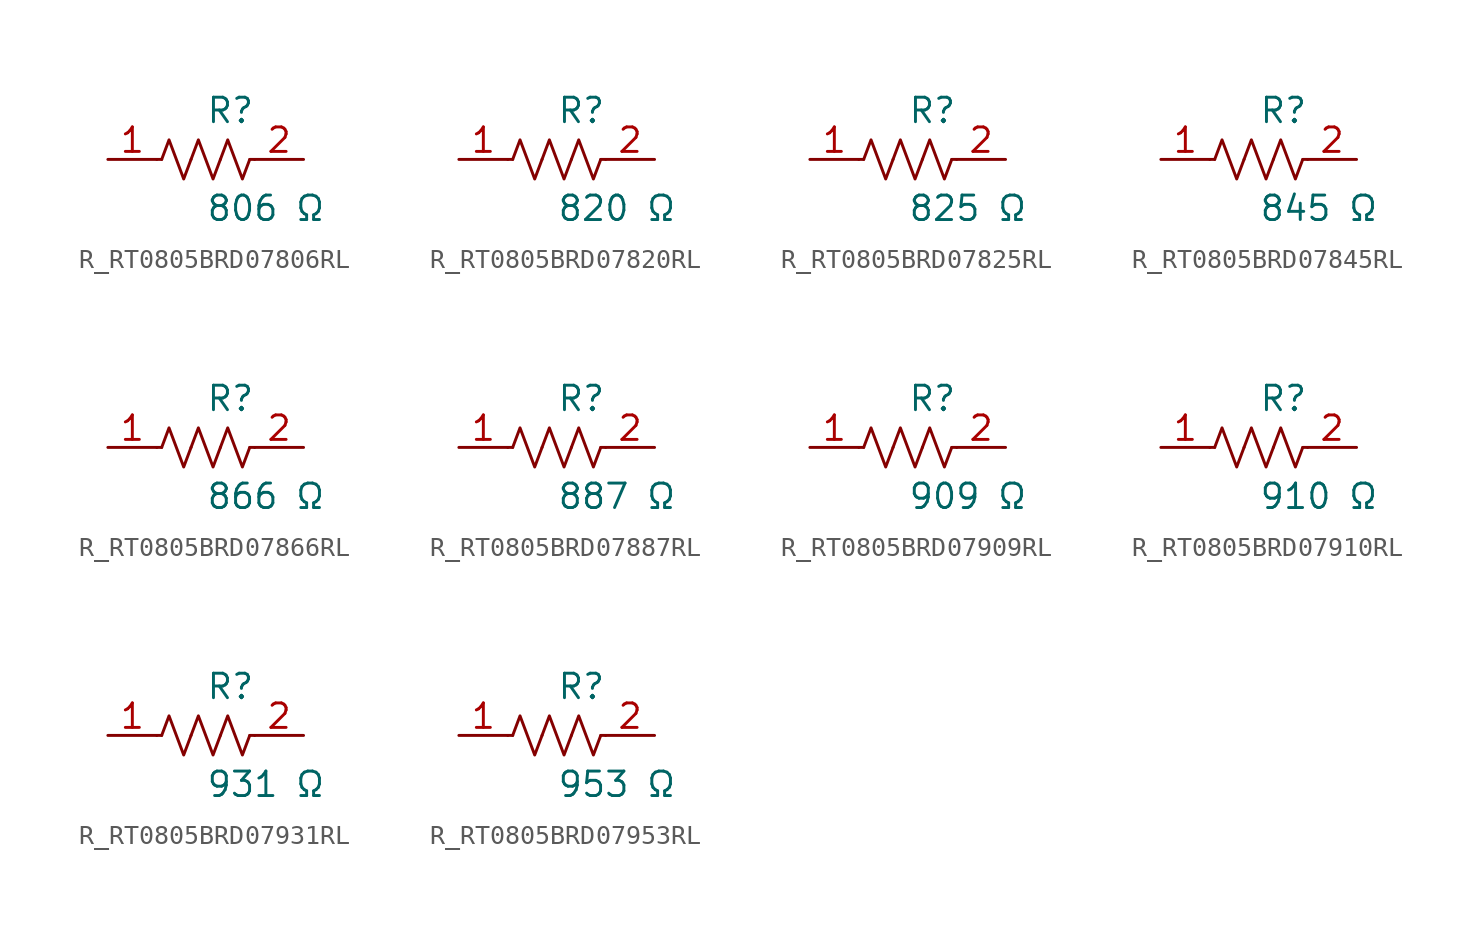
<source format=kicad_sym>
(kicad_symbol_lib
  (version 20231120)
  (generator kicad_symbol_editor)
  (generator_version 8.0)
  (symbol "R_RT0805BRD07806RL"
    (pin_names
      (offset 0.254))
    (property "Reference" "R"
      (at 0.0 2.54 0)
      (effects (font (size 1.27 1.27)) (justify left)))
    (property "Value" "806 Ω"
      (at 0.0 -2.54 0)
      (effects (font (size 1.27 1.27)) (justify left)))
    (symbol "R_RT0805BRD07806RL_0_1"
      (polyline (pts (xy 2.286 0) (xy 2.54 0)) (stroke (width 0) (type default)) (fill (type none)))
      (polyline (pts (xy -2.286 0) (xy -2.54 0)) (stroke (width 0) (type default)) (fill (type none)))
      (polyline (pts (xy 0.762 0) (xy 1.143 1.016) (xy 1.524 0) (xy 1.905 -1.016) (xy 2.286 0)) (stroke (width 0) (type default)) (fill (type none)))
      (polyline (pts (xy -0.762 0) (xy -0.381 1.016) (xy 0 0) (xy 0.381 -1.016) (xy 0.762 0)) (stroke (width 0) (type default)) (fill (type none)))
      (polyline (pts (xy -2.286 0) (xy -1.905 1.016) (xy -1.524 0) (xy -1.143 -1.016) (xy -0.762 0)) (stroke (width 0) (type default)) (fill (type none))))
    (pin unspecified line
      (at -5.08 0 0)
      (length 2.54)
      (name "" (effects (font (size 1.27 1.27))))
      (number "1" (effects (font (size 1.27 1.27)))))
    (pin unspecified line
      (at 5.08 0 180)
      (length 2.54)
      (name "" (effects (font (size 1.27 1.27))))
      (number "2" (effects (font (size 1.27 1.27))))))
  (symbol "R_RT0805BRD07820RL"
    (pin_names
      (offset 0.254))
    (property "Reference" "R"
      (at 0.0 2.54 0)
      (effects (font (size 1.27 1.27)) (justify left)))
    (property "Value" "820 Ω"
      (at 0.0 -2.54 0)
      (effects (font (size 1.27 1.27)) (justify left)))
    (symbol "R_RT0805BRD07820RL_0_1"
      (polyline (pts (xy 2.286 0) (xy 2.54 0)) (stroke (width 0) (type default)) (fill (type none)))
      (polyline (pts (xy -2.286 0) (xy -2.54 0)) (stroke (width 0) (type default)) (fill (type none)))
      (polyline (pts (xy 0.762 0) (xy 1.143 1.016) (xy 1.524 0) (xy 1.905 -1.016) (xy 2.286 0)) (stroke (width 0) (type default)) (fill (type none)))
      (polyline (pts (xy -0.762 0) (xy -0.381 1.016) (xy 0 0) (xy 0.381 -1.016) (xy 0.762 0)) (stroke (width 0) (type default)) (fill (type none)))
      (polyline (pts (xy -2.286 0) (xy -1.905 1.016) (xy -1.524 0) (xy -1.143 -1.016) (xy -0.762 0)) (stroke (width 0) (type default)) (fill (type none))))
    (pin unspecified line
      (at -5.08 0 0)
      (length 2.54)
      (name "" (effects (font (size 1.27 1.27))))
      (number "1" (effects (font (size 1.27 1.27)))))
    (pin unspecified line
      (at 5.08 0 180)
      (length 2.54)
      (name "" (effects (font (size 1.27 1.27))))
      (number "2" (effects (font (size 1.27 1.27))))))
  (symbol "R_RT0805BRD07825RL"
    (pin_names
      (offset 0.254))
    (property "Reference" "R"
      (at 0.0 2.54 0)
      (effects (font (size 1.27 1.27)) (justify left)))
    (property "Value" "825 Ω"
      (at 0.0 -2.54 0)
      (effects (font (size 1.27 1.27)) (justify left)))
    (symbol "R_RT0805BRD07825RL_0_1"
      (polyline (pts (xy 2.286 0) (xy 2.54 0)) (stroke (width 0) (type default)) (fill (type none)))
      (polyline (pts (xy -2.286 0) (xy -2.54 0)) (stroke (width 0) (type default)) (fill (type none)))
      (polyline (pts (xy 0.762 0) (xy 1.143 1.016) (xy 1.524 0) (xy 1.905 -1.016) (xy 2.286 0)) (stroke (width 0) (type default)) (fill (type none)))
      (polyline (pts (xy -0.762 0) (xy -0.381 1.016) (xy 0 0) (xy 0.381 -1.016) (xy 0.762 0)) (stroke (width 0) (type default)) (fill (type none)))
      (polyline (pts (xy -2.286 0) (xy -1.905 1.016) (xy -1.524 0) (xy -1.143 -1.016) (xy -0.762 0)) (stroke (width 0) (type default)) (fill (type none))))
    (pin unspecified line
      (at -5.08 0 0)
      (length 2.54)
      (name "" (effects (font (size 1.27 1.27))))
      (number "1" (effects (font (size 1.27 1.27)))))
    (pin unspecified line
      (at 5.08 0 180)
      (length 2.54)
      (name "" (effects (font (size 1.27 1.27))))
      (number "2" (effects (font (size 1.27 1.27))))))
  (symbol "R_RT0805BRD07845RL"
    (pin_names
      (offset 0.254))
    (property "Reference" "R"
      (at 0.0 2.54 0)
      (effects (font (size 1.27 1.27)) (justify left)))
    (property "Value" "845 Ω"
      (at 0.0 -2.54 0)
      (effects (font (size 1.27 1.27)) (justify left)))
    (symbol "R_RT0805BRD07845RL_0_1"
      (polyline (pts (xy 2.286 0) (xy 2.54 0)) (stroke (width 0) (type default)) (fill (type none)))
      (polyline (pts (xy -2.286 0) (xy -2.54 0)) (stroke (width 0) (type default)) (fill (type none)))
      (polyline (pts (xy 0.762 0) (xy 1.143 1.016) (xy 1.524 0) (xy 1.905 -1.016) (xy 2.286 0)) (stroke (width 0) (type default)) (fill (type none)))
      (polyline (pts (xy -0.762 0) (xy -0.381 1.016) (xy 0 0) (xy 0.381 -1.016) (xy 0.762 0)) (stroke (width 0) (type default)) (fill (type none)))
      (polyline (pts (xy -2.286 0) (xy -1.905 1.016) (xy -1.524 0) (xy -1.143 -1.016) (xy -0.762 0)) (stroke (width 0) (type default)) (fill (type none))))
    (pin unspecified line
      (at -5.08 0 0)
      (length 2.54)
      (name "" (effects (font (size 1.27 1.27))))
      (number "1" (effects (font (size 1.27 1.27)))))
    (pin unspecified line
      (at 5.08 0 180)
      (length 2.54)
      (name "" (effects (font (size 1.27 1.27))))
      (number "2" (effects (font (size 1.27 1.27))))))
  (symbol "R_RT0805BRD07866RL"
    (pin_names
      (offset 0.254))
    (property "Reference" "R"
      (at 0.0 2.54 0)
      (effects (font (size 1.27 1.27)) (justify left)))
    (property "Value" "866 Ω"
      (at 0.0 -2.54 0)
      (effects (font (size 1.27 1.27)) (justify left)))
    (symbol "R_RT0805BRD07866RL_0_1"
      (polyline (pts (xy 2.286 0) (xy 2.54 0)) (stroke (width 0) (type default)) (fill (type none)))
      (polyline (pts (xy -2.286 0) (xy -2.54 0)) (stroke (width 0) (type default)) (fill (type none)))
      (polyline (pts (xy 0.762 0) (xy 1.143 1.016) (xy 1.524 0) (xy 1.905 -1.016) (xy 2.286 0)) (stroke (width 0) (type default)) (fill (type none)))
      (polyline (pts (xy -0.762 0) (xy -0.381 1.016) (xy 0 0) (xy 0.381 -1.016) (xy 0.762 0)) (stroke (width 0) (type default)) (fill (type none)))
      (polyline (pts (xy -2.286 0) (xy -1.905 1.016) (xy -1.524 0) (xy -1.143 -1.016) (xy -0.762 0)) (stroke (width 0) (type default)) (fill (type none))))
    (pin unspecified line
      (at -5.08 0 0)
      (length 2.54)
      (name "" (effects (font (size 1.27 1.27))))
      (number "1" (effects (font (size 1.27 1.27)))))
    (pin unspecified line
      (at 5.08 0 180)
      (length 2.54)
      (name "" (effects (font (size 1.27 1.27))))
      (number "2" (effects (font (size 1.27 1.27))))))
  (symbol "R_RT0805BRD07887RL"
    (pin_names
      (offset 0.254))
    (property "Reference" "R"
      (at 0.0 2.54 0)
      (effects (font (size 1.27 1.27)) (justify left)))
    (property "Value" "887 Ω"
      (at 0.0 -2.54 0)
      (effects (font (size 1.27 1.27)) (justify left)))
    (symbol "R_RT0805BRD07887RL_0_1"
      (polyline (pts (xy 2.286 0) (xy 2.54 0)) (stroke (width 0) (type default)) (fill (type none)))
      (polyline (pts (xy -2.286 0) (xy -2.54 0)) (stroke (width 0) (type default)) (fill (type none)))
      (polyline (pts (xy 0.762 0) (xy 1.143 1.016) (xy 1.524 0) (xy 1.905 -1.016) (xy 2.286 0)) (stroke (width 0) (type default)) (fill (type none)))
      (polyline (pts (xy -0.762 0) (xy -0.381 1.016) (xy 0 0) (xy 0.381 -1.016) (xy 0.762 0)) (stroke (width 0) (type default)) (fill (type none)))
      (polyline (pts (xy -2.286 0) (xy -1.905 1.016) (xy -1.524 0) (xy -1.143 -1.016) (xy -0.762 0)) (stroke (width 0) (type default)) (fill (type none))))
    (pin unspecified line
      (at -5.08 0 0)
      (length 2.54)
      (name "" (effects (font (size 1.27 1.27))))
      (number "1" (effects (font (size 1.27 1.27)))))
    (pin unspecified line
      (at 5.08 0 180)
      (length 2.54)
      (name "" (effects (font (size 1.27 1.27))))
      (number "2" (effects (font (size 1.27 1.27))))))
  (symbol "R_RT0805BRD07909RL"
    (pin_names
      (offset 0.254))
    (property "Reference" "R"
      (at 0.0 2.54 0)
      (effects (font (size 1.27 1.27)) (justify left)))
    (property "Value" "909 Ω"
      (at 0.0 -2.54 0)
      (effects (font (size 1.27 1.27)) (justify left)))
    (symbol "R_RT0805BRD07909RL_0_1"
      (polyline (pts (xy 2.286 0) (xy 2.54 0)) (stroke (width 0) (type default)) (fill (type none)))
      (polyline (pts (xy -2.286 0) (xy -2.54 0)) (stroke (width 0) (type default)) (fill (type none)))
      (polyline (pts (xy 0.762 0) (xy 1.143 1.016) (xy 1.524 0) (xy 1.905 -1.016) (xy 2.286 0)) (stroke (width 0) (type default)) (fill (type none)))
      (polyline (pts (xy -0.762 0) (xy -0.381 1.016) (xy 0 0) (xy 0.381 -1.016) (xy 0.762 0)) (stroke (width 0) (type default)) (fill (type none)))
      (polyline (pts (xy -2.286 0) (xy -1.905 1.016) (xy -1.524 0) (xy -1.143 -1.016) (xy -0.762 0)) (stroke (width 0) (type default)) (fill (type none))))
    (pin unspecified line
      (at -5.08 0 0)
      (length 2.54)
      (name "" (effects (font (size 1.27 1.27))))
      (number "1" (effects (font (size 1.27 1.27)))))
    (pin unspecified line
      (at 5.08 0 180)
      (length 2.54)
      (name "" (effects (font (size 1.27 1.27))))
      (number "2" (effects (font (size 1.27 1.27))))))
  (symbol "R_RT0805BRD07910RL"
    (pin_names
      (offset 0.254))
    (property "Reference" "R"
      (at 0.0 2.54 0)
      (effects (font (size 1.27 1.27)) (justify left)))
    (property "Value" "910 Ω"
      (at 0.0 -2.54 0)
      (effects (font (size 1.27 1.27)) (justify left)))
    (symbol "R_RT0805BRD07910RL_0_1"
      (polyline (pts (xy 2.286 0) (xy 2.54 0)) (stroke (width 0) (type default)) (fill (type none)))
      (polyline (pts (xy -2.286 0) (xy -2.54 0)) (stroke (width 0) (type default)) (fill (type none)))
      (polyline (pts (xy 0.762 0) (xy 1.143 1.016) (xy 1.524 0) (xy 1.905 -1.016) (xy 2.286 0)) (stroke (width 0) (type default)) (fill (type none)))
      (polyline (pts (xy -0.762 0) (xy -0.381 1.016) (xy 0 0) (xy 0.381 -1.016) (xy 0.762 0)) (stroke (width 0) (type default)) (fill (type none)))
      (polyline (pts (xy -2.286 0) (xy -1.905 1.016) (xy -1.524 0) (xy -1.143 -1.016) (xy -0.762 0)) (stroke (width 0) (type default)) (fill (type none))))
    (pin unspecified line
      (at -5.08 0 0)
      (length 2.54)
      (name "" (effects (font (size 1.27 1.27))))
      (number "1" (effects (font (size 1.27 1.27)))))
    (pin unspecified line
      (at 5.08 0 180)
      (length 2.54)
      (name "" (effects (font (size 1.27 1.27))))
      (number "2" (effects (font (size 1.27 1.27))))))
  (symbol "R_RT0805BRD07931RL"
    (pin_names
      (offset 0.254))
    (property "Reference" "R"
      (at 0.0 2.54 0)
      (effects (font (size 1.27 1.27)) (justify left)))
    (property "Value" "931 Ω"
      (at 0.0 -2.54 0)
      (effects (font (size 1.27 1.27)) (justify left)))
    (symbol "R_RT0805BRD07931RL_0_1"
      (polyline (pts (xy 2.286 0) (xy 2.54 0)) (stroke (width 0) (type default)) (fill (type none)))
      (polyline (pts (xy -2.286 0) (xy -2.54 0)) (stroke (width 0) (type default)) (fill (type none)))
      (polyline (pts (xy 0.762 0) (xy 1.143 1.016) (xy 1.524 0) (xy 1.905 -1.016) (xy 2.286 0)) (stroke (width 0) (type default)) (fill (type none)))
      (polyline (pts (xy -0.762 0) (xy -0.381 1.016) (xy 0 0) (xy 0.381 -1.016) (xy 0.762 0)) (stroke (width 0) (type default)) (fill (type none)))
      (polyline (pts (xy -2.286 0) (xy -1.905 1.016) (xy -1.524 0) (xy -1.143 -1.016) (xy -0.762 0)) (stroke (width 0) (type default)) (fill (type none))))
    (pin unspecified line
      (at -5.08 0 0)
      (length 2.54)
      (name "" (effects (font (size 1.27 1.27))))
      (number "1" (effects (font (size 1.27 1.27)))))
    (pin unspecified line
      (at 5.08 0 180)
      (length 2.54)
      (name "" (effects (font (size 1.27 1.27))))
      (number "2" (effects (font (size 1.27 1.27))))))
  (symbol "R_RT0805BRD07953RL"
    (pin_names
      (offset 0.254))
    (property "Reference" "R"
      (at 0.0 2.54 0)
      (effects (font (size 1.27 1.27)) (justify left)))
    (property "Value" "953 Ω"
      (at 0.0 -2.54 0)
      (effects (font (size 1.27 1.27)) (justify left)))
    (symbol "R_RT0805BRD07953RL_0_1"
      (polyline (pts (xy 2.286 0) (xy 2.54 0)) (stroke (width 0) (type default)) (fill (type none)))
      (polyline (pts (xy -2.286 0) (xy -2.54 0)) (stroke (width 0) (type default)) (fill (type none)))
      (polyline (pts (xy 0.762 0) (xy 1.143 1.016) (xy 1.524 0) (xy 1.905 -1.016) (xy 2.286 0)) (stroke (width 0) (type default)) (fill (type none)))
      (polyline (pts (xy -0.762 0) (xy -0.381 1.016) (xy 0 0) (xy 0.381 -1.016) (xy 0.762 0)) (stroke (width 0) (type default)) (fill (type none)))
      (polyline (pts (xy -2.286 0) (xy -1.905 1.016) (xy -1.524 0) (xy -1.143 -1.016) (xy -0.762 0)) (stroke (width 0) (type default)) (fill (type none))))
    (pin unspecified line
      (at -5.08 0 0)
      (length 2.54)
      (name "" (effects (font (size 1.27 1.27))))
      (number "1" (effects (font (size 1.27 1.27)))))
    (pin unspecified line
      (at 5.08 0 180)
      (length 2.54)
      (name "" (effects (font (size 1.27 1.27))))
      (number "2" (effects (font (size 1.27 1.27)))))))
</source>
